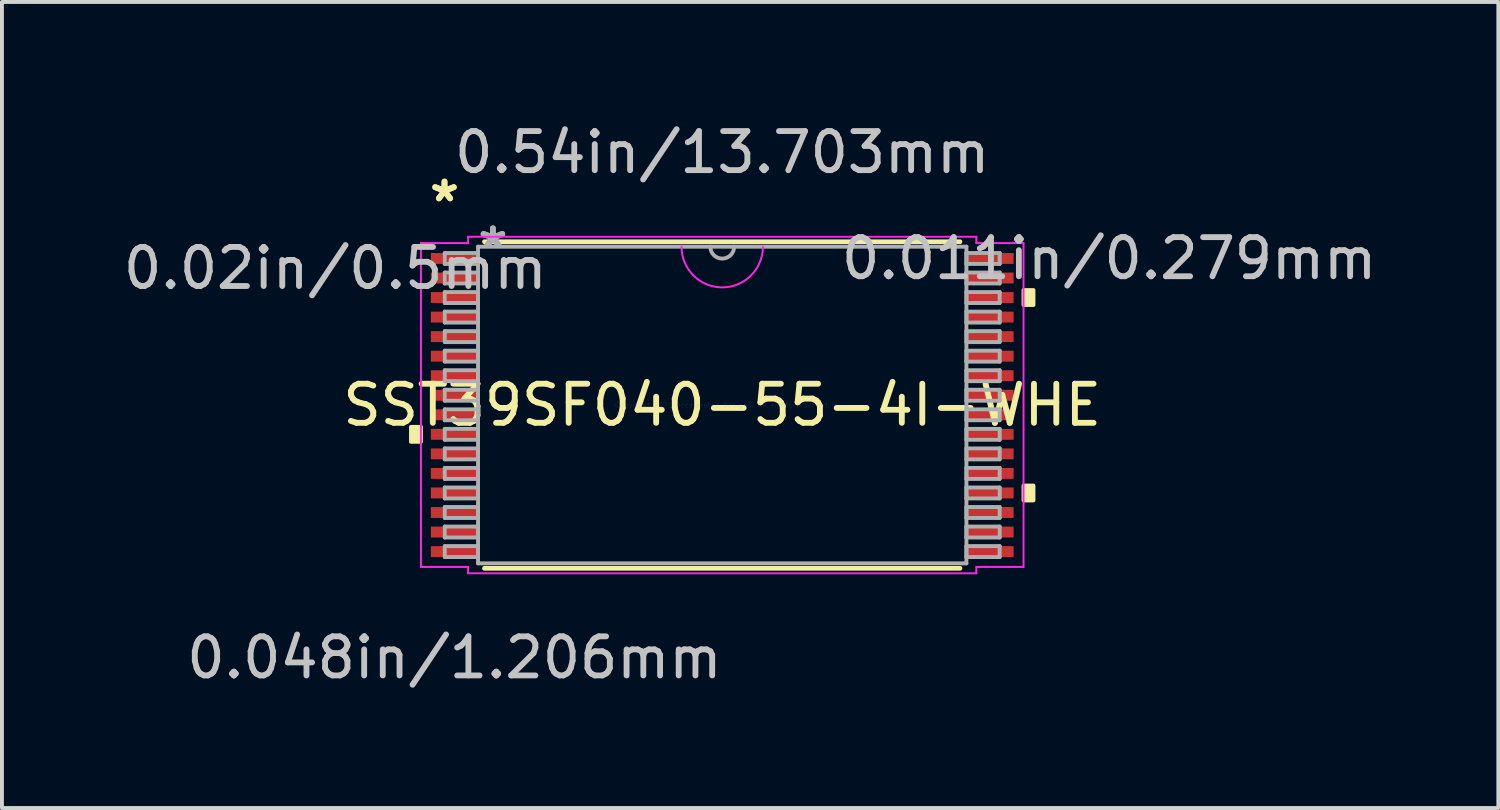
<source format=kicad_pcb>
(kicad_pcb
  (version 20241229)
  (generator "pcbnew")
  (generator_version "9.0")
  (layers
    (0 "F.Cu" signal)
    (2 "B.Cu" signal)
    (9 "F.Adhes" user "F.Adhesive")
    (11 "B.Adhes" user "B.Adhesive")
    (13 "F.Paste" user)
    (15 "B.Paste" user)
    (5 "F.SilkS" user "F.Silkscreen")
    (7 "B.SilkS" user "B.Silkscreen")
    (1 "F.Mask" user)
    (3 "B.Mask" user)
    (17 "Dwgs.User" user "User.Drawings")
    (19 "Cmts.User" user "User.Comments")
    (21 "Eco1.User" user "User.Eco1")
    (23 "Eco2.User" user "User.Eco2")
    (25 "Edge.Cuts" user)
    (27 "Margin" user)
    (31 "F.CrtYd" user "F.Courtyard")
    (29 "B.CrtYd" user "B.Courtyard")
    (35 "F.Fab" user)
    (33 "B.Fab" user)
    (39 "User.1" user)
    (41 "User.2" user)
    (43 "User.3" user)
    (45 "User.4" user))
  (footprint "SST39SF040-55-4I-WHE"
    (layer "F.Cu")
    (at 15.429 7.313)
    (property "Reference" "SST39SF040-55-4I-WHE" (at 0 0 0) (layer "F.SilkS") (effects (font (size 1 1) (thickness 0.15))))
    (attr through_hole)
    (fp_line (start -6.083 4.178) (end 6.083 4.178) (stroke (width 0.12) (type solid)) (layer "F.SilkS"))
    (fp_line (start 6.083 -4.178) (end -6.083 -4.178) (stroke (width 0.12) (type solid)) (layer "F.SilkS"))
    (fp_poly (pts (xy -7.963 0.56) (xy -7.963 0.941) (xy -7.709 0.941) (xy -7.709 0.56)) (stroke (width 0.1) (type solid)) (fill yes) (layer "F.SilkS"))
    (fp_poly (pts (xy 7.963 -2.941) (xy 7.963 -2.559) (xy 7.709 -2.559) (xy 7.709 -2.941)) (stroke (width 0.1) (type solid)) (fill yes) (layer "F.SilkS"))
    (fp_poly (pts (xy 7.963 2.06) (xy 7.963 2.441) (xy 7.709 2.441) (xy 7.709 2.06)) (stroke (width 0.1) (type solid)) (fill yes) (layer "F.SilkS"))
    (fp_line (start -7.709 -4.144) (end -6.502 -4.144) (stroke (width 0.05) (type solid)) (layer "F.CrtYd"))
    (fp_line (start -7.709 4.144) (end -7.709 -4.144) (stroke (width 0.05) (type solid)) (layer "F.CrtYd"))
    (fp_line (start -6.502 -4.305) (end 6.502 -4.305) (stroke (width 0.05) (type solid)) (layer "F.CrtYd"))
    (fp_line (start -6.502 -4.144) (end -6.502 -4.305) (stroke (width 0.05) (type solid)) (layer "F.CrtYd"))
    (fp_line (start -6.502 4.144) (end -7.709 4.144) (stroke (width 0.05) (type solid)) (layer "F.CrtYd"))
    (fp_line (start -6.502 4.305) (end -6.502 4.144) (stroke (width 0.05) (type solid)) (layer "F.CrtYd"))
    (fp_line (start 6.502 -4.305) (end 6.502 -4.144) (stroke (width 0.05) (type solid)) (layer "F.CrtYd"))
    (fp_line (start 6.502 -4.144) (end 7.709 -4.144) (stroke (width 0.05) (type solid)) (layer "F.CrtYd"))
    (fp_line (start 6.502 4.144) (end 6.502 4.305) (stroke (width 0.05) (type solid)) (layer "F.CrtYd"))
    (fp_line (start 6.502 4.305) (end -6.502 4.305) (stroke (width 0.05) (type solid)) (layer "F.CrtYd"))
    (fp_line (start 7.709 -4.144) (end 7.709 4.144) (stroke (width 0.05) (type solid)) (layer "F.CrtYd"))
    (fp_line (start 7.709 4.144) (end 6.502 4.144) (stroke (width 0.05) (type solid)) (layer "F.CrtYd"))
    (fp_arc (start 1.0414 -4.0513) (mid 0 -3.0099) (end -1.0414 -4.0513) (stroke (width 0.05) (type solid)) (layer "F.CrtYd"))
    (fp_line (start -7.099 -3.89) (end -7.099 -3.61) (stroke (width 0.1) (type solid)) (layer "F.Fab"))
    (fp_line (start -7.099 -3.61) (end -6.248 -3.61) (stroke (width 0.1) (type solid)) (layer "F.Fab"))
    (fp_line (start -7.099 -3.39) (end -7.099 -3.11) (stroke (width 0.1) (type solid)) (layer "F.Fab"))
    (fp_line (start -7.099 -3.11) (end -6.248 -3.11) (stroke (width 0.1) (type solid)) (layer "F.Fab"))
    (fp_line (start -7.099 -2.89) (end -7.099 -2.61) (stroke (width 0.1) (type solid)) (layer "F.Fab"))
    (fp_line (start -7.099 -2.61) (end -6.248 -2.61) (stroke (width 0.1) (type solid)) (layer "F.Fab"))
    (fp_line (start -7.099 -2.39) (end -7.099 -2.11) (stroke (width 0.1) (type solid)) (layer "F.Fab"))
    (fp_line (start -7.099 -2.11) (end -6.248 -2.11) (stroke (width 0.1) (type solid)) (layer "F.Fab"))
    (fp_line (start -7.099 -1.89) (end -7.099 -1.61) (stroke (width 0.1) (type solid)) (layer "F.Fab"))
    (fp_line (start -7.099 -1.61) (end -6.248 -1.61) (stroke (width 0.1) (type solid)) (layer "F.Fab"))
    (fp_line (start -7.099 -1.39) (end -7.099 -1.11) (stroke (width 0.1) (type solid)) (layer "F.Fab"))
    (fp_line (start -7.099 -1.11) (end -6.248 -1.11) (stroke (width 0.1) (type solid)) (layer "F.Fab"))
    (fp_line (start -7.099 -0.89) (end -7.099 -0.61) (stroke (width 0.1) (type solid)) (layer "F.Fab"))
    (fp_line (start -7.099 -0.61) (end -6.248 -0.61) (stroke (width 0.1) (type solid)) (layer "F.Fab"))
    (fp_line (start -7.099 -0.39) (end -7.099 -0.11) (stroke (width 0.1) (type solid)) (layer "F.Fab"))
    (fp_line (start -7.099 -0.11) (end -6.248 -0.11) (stroke (width 0.1) (type solid)) (layer "F.Fab"))
    (fp_line (start -7.099 0.11) (end -7.099 0.39) (stroke (width 0.1) (type solid)) (layer "F.Fab"))
    (fp_line (start -7.099 0.39) (end -6.248 0.39) (stroke (width 0.1) (type solid)) (layer "F.Fab"))
    (fp_line (start -7.099 0.61) (end -7.099 0.89) (stroke (width 0.1) (type solid)) (layer "F.Fab"))
    (fp_line (start -7.099 0.89) (end -6.248 0.89) (stroke (width 0.1) (type solid)) (layer "F.Fab"))
    (fp_line (start -7.099 1.11) (end -7.099 1.39) (stroke (width 0.1) (type solid)) (layer "F.Fab"))
    (fp_line (start -7.099 1.39) (end -6.248 1.39) (stroke (width 0.1) (type solid)) (layer "F.Fab"))
    (fp_line (start -7.099 1.61) (end -7.099 1.89) (stroke (width 0.1) (type solid)) (layer "F.Fab"))
    (fp_line (start -7.099 1.89) (end -6.248 1.89) (stroke (width 0.1) (type solid)) (layer "F.Fab"))
    (fp_line (start -7.099 2.11) (end -7.099 2.39) (stroke (width 0.1) (type solid)) (layer "F.Fab"))
    (fp_line (start -7.099 2.39) (end -6.248 2.39) (stroke (width 0.1) (type solid)) (layer "F.Fab"))
    (fp_line (start -7.099 2.61) (end -7.099 2.89) (stroke (width 0.1) (type solid)) (layer "F.Fab"))
    (fp_line (start -7.099 2.89) (end -6.248 2.89) (stroke (width 0.1) (type solid)) (layer "F.Fab"))
    (fp_line (start -7.099 3.11) (end -7.099 3.39) (stroke (width 0.1) (type solid)) (layer "F.Fab"))
    (fp_line (start -7.099 3.39) (end -6.248 3.39) (stroke (width 0.1) (type solid)) (layer "F.Fab"))
    (fp_line (start -7.099 3.61) (end -7.099 3.89) (stroke (width 0.1) (type solid)) (layer "F.Fab"))
    (fp_line (start -7.099 3.89) (end -6.248 3.89) (stroke (width 0.1) (type solid)) (layer "F.Fab"))
    (fp_line (start -6.248 -4.051) (end -6.248 4.051) (stroke (width 0.1) (type solid)) (layer "F.Fab"))
    (fp_line (start -6.248 -3.89) (end -7.099 -3.89) (stroke (width 0.1) (type solid)) (layer "F.Fab"))
    (fp_line (start -6.248 -3.61) (end -6.248 -3.89) (stroke (width 0.1) (type solid)) (layer "F.Fab"))
    (fp_line (start -6.248 -3.39) (end -7.099 -3.39) (stroke (width 0.1) (type solid)) (layer "F.Fab"))
    (fp_line (start -6.248 -3.11) (end -6.248 -3.39) (stroke (width 0.1) (type solid)) (layer "F.Fab"))
    (fp_line (start -6.248 -2.89) (end -7.099 -2.89) (stroke (width 0.1) (type solid)) (layer "F.Fab"))
    (fp_line (start -6.248 -2.61) (end -6.248 -2.89) (stroke (width 0.1) (type solid)) (layer "F.Fab"))
    (fp_line (start -6.248 -2.39) (end -7.099 -2.39) (stroke (width 0.1) (type solid)) (layer "F.Fab"))
    (fp_line (start -6.248 -2.11) (end -6.248 -2.39) (stroke (width 0.1) (type solid)) (layer "F.Fab"))
    (fp_line (start -6.248 -1.89) (end -7.099 -1.89) (stroke (width 0.1) (type solid)) (layer "F.Fab"))
    (fp_line (start -6.248 -1.61) (end -6.248 -1.89) (stroke (width 0.1) (type solid)) (layer "F.Fab"))
    (fp_line (start -6.248 -1.39) (end -7.099 -1.39) (stroke (width 0.1) (type solid)) (layer "F.Fab"))
    (fp_line (start -6.248 -1.11) (end -6.248 -1.39) (stroke (width 0.1) (type solid)) (layer "F.Fab"))
    (fp_line (start -6.248 -0.89) (end -7.099 -0.89) (stroke (width 0.1) (type solid)) (layer "F.Fab"))
    (fp_line (start -6.248 -0.61) (end -6.248 -0.89) (stroke (width 0.1) (type solid)) (layer "F.Fab"))
    (fp_line (start -6.248 -0.39) (end -7.099 -0.39) (stroke (width 0.1) (type solid)) (layer "F.Fab"))
    (fp_line (start -6.248 -0.11) (end -6.248 -0.39) (stroke (width 0.1) (type solid)) (layer "F.Fab"))
    (fp_line (start -6.248 0.11) (end -7.099 0.11) (stroke (width 0.1) (type solid)) (layer "F.Fab"))
    (fp_line (start -6.248 0.39) (end -6.248 0.11) (stroke (width 0.1) (type solid)) (layer "F.Fab"))
    (fp_line (start -6.248 0.61) (end -7.099 0.61) (stroke (width 0.1) (type solid)) (layer "F.Fab"))
    (fp_line (start -6.248 0.89) (end -6.248 0.61) (stroke (width 0.1) (type solid)) (layer "F.Fab"))
    (fp_line (start -6.248 1.11) (end -7.099 1.11) (stroke (width 0.1) (type solid)) (layer "F.Fab"))
    (fp_line (start -6.248 1.39) (end -6.248 1.11) (stroke (width 0.1) (type solid)) (layer "F.Fab"))
    (fp_line (start -6.248 1.61) (end -7.099 1.61) (stroke (width 0.1) (type solid)) (layer "F.Fab"))
    (fp_line (start -6.248 1.89) (end -6.248 1.61) (stroke (width 0.1) (type solid)) (layer "F.Fab"))
    (fp_line (start -6.248 2.11) (end -7.099 2.11) (stroke (width 0.1) (type solid)) (layer "F.Fab"))
    (fp_line (start -6.248 2.39) (end -6.248 2.11) (stroke (width 0.1) (type solid)) (layer "F.Fab"))
    (fp_line (start -6.248 2.61) (end -7.099 2.61) (stroke (width 0.1) (type solid)) (layer "F.Fab"))
    (fp_line (start -6.248 2.89) (end -6.248 2.61) (stroke (width 0.1) (type solid)) (layer "F.Fab"))
    (fp_line (start -6.248 3.11) (end -7.099 3.11) (stroke (width 0.1) (type solid)) (layer "F.Fab"))
    (fp_line (start -6.248 3.39) (end -6.248 3.11) (stroke (width 0.1) (type solid)) (layer "F.Fab"))
    (fp_line (start -6.248 3.61) (end -7.099 3.61) (stroke (width 0.1) (type solid)) (layer "F.Fab"))
    (fp_line (start -6.248 3.89) (end -6.248 3.61) (stroke (width 0.1) (type solid)) (layer "F.Fab"))
    (fp_line (start -6.248 4.051) (end 6.248 4.051) (stroke (width 0.1) (type solid)) (layer "F.Fab"))
    (fp_line (start 6.248 -4.051) (end -6.248 -4.051) (stroke (width 0.1) (type solid)) (layer "F.Fab"))
    (fp_line (start 6.248 -3.89) (end 6.248 -3.61) (stroke (width 0.1) (type solid)) (layer "F.Fab"))
    (fp_line (start 6.248 -3.61) (end 7.099 -3.61) (stroke (width 0.1) (type solid)) (layer "F.Fab"))
    (fp_line (start 6.248 -3.39) (end 6.248 -3.11) (stroke (width 0.1) (type solid)) (layer "F.Fab"))
    (fp_line (start 6.248 -3.11) (end 7.099 -3.11) (stroke (width 0.1) (type solid)) (layer "F.Fab"))
    (fp_line (start 6.248 -2.89) (end 6.248 -2.61) (stroke (width 0.1) (type solid)) (layer "F.Fab"))
    (fp_line (start 6.248 -2.61) (end 7.099 -2.61) (stroke (width 0.1) (type solid)) (layer "F.Fab"))
    (fp_line (start 6.248 -2.39) (end 6.248 -2.11) (stroke (width 0.1) (type solid)) (layer "F.Fab"))
    (fp_line (start 6.248 -2.11) (end 7.099 -2.11) (stroke (width 0.1) (type solid)) (layer "F.Fab"))
    (fp_line (start 6.248 -1.89) (end 6.248 -1.61) (stroke (width 0.1) (type solid)) (layer "F.Fab"))
    (fp_line (start 6.248 -1.61) (end 7.099 -1.61) (stroke (width 0.1) (type solid)) (layer "F.Fab"))
    (fp_line (start 6.248 -1.39) (end 6.248 -1.11) (stroke (width 0.1) (type solid)) (layer "F.Fab"))
    (fp_line (start 6.248 -1.11) (end 7.099 -1.11) (stroke (width 0.1) (type solid)) (layer "F.Fab"))
    (fp_line (start 6.248 -0.89) (end 6.248 -0.61) (stroke (width 0.1) (type solid)) (layer "F.Fab"))
    (fp_line (start 6.248 -0.61) (end 7.099 -0.61) (stroke (width 0.1) (type solid)) (layer "F.Fab"))
    (fp_line (start 6.248 -0.39) (end 6.248 -0.11) (stroke (width 0.1) (type solid)) (layer "F.Fab"))
    (fp_line (start 6.248 -0.11) (end 7.099 -0.11) (stroke (width 0.1) (type solid)) (layer "F.Fab"))
    (fp_line (start 6.248 0.11) (end 6.248 0.39) (stroke (width 0.1) (type solid)) (layer "F.Fab"))
    (fp_line (start 6.248 0.39) (end 7.099 0.39) (stroke (width 0.1) (type solid)) (layer "F.Fab"))
    (fp_line (start 6.248 0.61) (end 6.248 0.89) (stroke (width 0.1) (type solid)) (layer "F.Fab"))
    (fp_line (start 6.248 0.89) (end 7.099 0.89) (stroke (width 0.1) (type solid)) (layer "F.Fab"))
    (fp_line (start 6.248 1.11) (end 6.248 1.39) (stroke (width 0.1) (type solid)) (layer "F.Fab"))
    (fp_line (start 6.248 1.39) (end 7.099 1.39) (stroke (width 0.1) (type solid)) (layer "F.Fab"))
    (fp_line (start 6.248 1.61) (end 6.248 1.89) (stroke (width 0.1) (type solid)) (layer "F.Fab"))
    (fp_line (start 6.248 1.89) (end 7.099 1.89) (stroke (width 0.1) (type solid)) (layer "F.Fab"))
    (fp_line (start 6.248 2.11) (end 6.248 2.39) (stroke (width 0.1) (type solid)) (layer "F.Fab"))
    (fp_line (start 6.248 2.39) (end 7.099 2.39) (stroke (width 0.1) (type solid)) (layer "F.Fab"))
    (fp_line (start 6.248 2.61) (end 6.248 2.89) (stroke (width 0.1) (type solid)) (layer "F.Fab"))
    (fp_line (start 6.248 2.89) (end 7.099 2.89) (stroke (width 0.1) (type solid)) (layer "F.Fab"))
    (fp_line (start 6.248 3.11) (end 6.248 3.39) (stroke (width 0.1) (type solid)) (layer "F.Fab"))
    (fp_line (start 6.248 3.39) (end 7.099 3.39) (stroke (width 0.1) (type solid)) (layer "F.Fab"))
    (fp_line (start 6.248 3.61) (end 6.248 3.89) (stroke (width 0.1) (type solid)) (layer "F.Fab"))
    (fp_line (start 6.248 3.89) (end 7.099 3.89) (stroke (width 0.1) (type solid)) (layer "F.Fab"))
    (fp_line (start 6.248 4.051) (end 6.248 -4.051) (stroke (width 0.1) (type solid)) (layer "F.Fab"))
    (fp_line (start 7.099 -3.89) (end 6.248 -3.89) (stroke (width 0.1) (type solid)) (layer "F.Fab"))
    (fp_line (start 7.099 -3.61) (end 7.099 -3.89) (stroke (width 0.1) (type solid)) (layer "F.Fab"))
    (fp_line (start 7.099 -3.39) (end 6.248 -3.39) (stroke (width 0.1) (type solid)) (layer "F.Fab"))
    (fp_line (start 7.099 -3.11) (end 7.099 -3.39) (stroke (width 0.1) (type solid)) (layer "F.Fab"))
    (fp_line (start 7.099 -2.89) (end 6.248 -2.89) (stroke (width 0.1) (type solid)) (layer "F.Fab"))
    (fp_line (start 7.099 -2.61) (end 7.099 -2.89) (stroke (width 0.1) (type solid)) (layer "F.Fab"))
    (fp_line (start 7.099 -2.39) (end 6.248 -2.39) (stroke (width 0.1) (type solid)) (layer "F.Fab"))
    (fp_line (start 7.099 -2.11) (end 7.099 -2.39) (stroke (width 0.1) (type solid)) (layer "F.Fab"))
    (fp_line (start 7.099 -1.89) (end 6.248 -1.89) (stroke (width 0.1) (type solid)) (layer "F.Fab"))
    (fp_line (start 7.099 -1.61) (end 7.099 -1.89) (stroke (width 0.1) (type solid)) (layer "F.Fab"))
    (fp_line (start 7.099 -1.39) (end 6.248 -1.39) (stroke (width 0.1) (type solid)) (layer "F.Fab"))
    (fp_line (start 7.099 -1.11) (end 7.099 -1.39) (stroke (width 0.1) (type solid)) (layer "F.Fab"))
    (fp_line (start 7.099 -0.89) (end 6.248 -0.89) (stroke (width 0.1) (type solid)) (layer "F.Fab"))
    (fp_line (start 7.099 -0.61) (end 7.099 -0.89) (stroke (width 0.1) (type solid)) (layer "F.Fab"))
    (fp_line (start 7.099 -0.39) (end 6.248 -0.39) (stroke (width 0.1) (type solid)) (layer "F.Fab"))
    (fp_line (start 7.099 -0.11) (end 7.099 -0.39) (stroke (width 0.1) (type solid)) (layer "F.Fab"))
    (fp_line (start 7.099 0.11) (end 6.248 0.11) (stroke (width 0.1) (type solid)) (layer "F.Fab"))
    (fp_line (start 7.099 0.39) (end 7.099 0.11) (stroke (width 0.1) (type solid)) (layer "F.Fab"))
    (fp_line (start 7.099 0.61) (end 6.248 0.61) (stroke (width 0.1) (type solid)) (layer "F.Fab"))
    (fp_line (start 7.099 0.89) (end 7.099 0.61) (stroke (width 0.1) (type solid)) (layer "F.Fab"))
    (fp_line (start 7.099 1.11) (end 6.248 1.11) (stroke (width 0.1) (type solid)) (layer "F.Fab"))
    (fp_line (start 7.099 1.39) (end 7.099 1.11) (stroke (width 0.1) (type solid)) (layer "F.Fab"))
    (fp_line (start 7.099 1.61) (end 6.248 1.61) (stroke (width 0.1) (type solid)) (layer "F.Fab"))
    (fp_line (start 7.099 1.89) (end 7.099 1.61) (stroke (width 0.1) (type solid)) (layer "F.Fab"))
    (fp_line (start 7.099 2.11) (end 6.248 2.11) (stroke (width 0.1) (type solid)) (layer "F.Fab"))
    (fp_line (start 7.099 2.39) (end 7.099 2.11) (stroke (width 0.1) (type solid)) (layer "F.Fab"))
    (fp_line (start 7.099 2.61) (end 6.248 2.61) (stroke (width 0.1) (type solid)) (layer "F.Fab"))
    (fp_line (start 7.099 2.89) (end 7.099 2.61) (stroke (width 0.1) (type solid)) (layer "F.Fab"))
    (fp_line (start 7.099 3.11) (end 6.248 3.11) (stroke (width 0.1) (type solid)) (layer "F.Fab"))
    (fp_line (start 7.099 3.39) (end 7.099 3.11) (stroke (width 0.1) (type solid)) (layer "F.Fab"))
    (fp_line (start 7.099 3.61) (end 6.248 3.61) (stroke (width 0.1) (type solid)) (layer "F.Fab"))
    (fp_line (start 7.099 3.89) (end 7.099 3.61) (stroke (width 0.1) (type solid)) (layer "F.Fab"))
    (fp_arc (start 0.3048 -4.0513) (mid 0 -3.7465) (end -0.3048 -4.0513) (stroke (width 0.1) (type solid)) (layer "F.Fab"))
    (fp_text user "*" (at -7.106 -5.172 0) (layer "F.SilkS") (effects (font (size 1 1) (thickness 0.15))))
    (fp_text user "*" (at -7.106 -5.172 0) (layer "F.SilkS") (effects (font (size 1 1) (thickness 0.15))))
    (fp_text user "0.54in/13.703mm" (at 0 -6.464 0) (layer "Dwgs.User") (effects (font (size 1 1) (thickness 0.15))))
    (fp_text user "0.048in/1.206mm" (at -6.852 6.464 0) (layer "Dwgs.User") (effects (font (size 1 1) (thickness 0.15))))
    (fp_text user "0.02in/0.5mm" (at -9.9 -3.5 0) (layer "Dwgs.User") (effects (font (size 1 1) (thickness 0.15))))
    (fp_text user "0.011in/0.279mm" (at 9.9 -3.75 0) (layer "Dwgs.User") (effects (font (size 1 1) (thickness 0.15))))
    (fp_text user "Copyright 2021 Accelerated Designs. All rights reserved." (at 0 0 0) (layer "Cmts.User") (effects (font (size 0.127 0.127) (thickness 0.002))))
    (fp_text user "*" (at -5.867 -3.975 0) (layer "F.Fab") (effects (font (size 1 1) (thickness 0.15))))
    (fp_text user "*" (at -5.867 -3.975 0) (layer "F.Fab") (effects (font (size 1 1) (thickness 0.15))))
    (pad "1" smd rect (at -6.852 -3.75) (size 1.206 0.279) (layers "F.Cu" "F.Mask" "F.Paste"))
    (pad "2" smd rect (at -6.852 -3.25) (size 1.206 0.279) (layers "F.Cu" "F.Mask" "F.Paste"))
    (pad "3" smd rect (at -6.852 -2.75) (size 1.206 0.279) (layers "F.Cu" "F.Mask" "F.Paste"))
    (pad "4" smd rect (at -6.852 -2.25) (size 1.206 0.279) (layers "F.Cu" "F.Mask" "F.Paste"))
    (pad "5" smd rect (at -6.852 -1.75) (size 1.206 0.279) (layers "F.Cu" "F.Mask" "F.Paste"))
    (pad "6" smd rect (at -6.852 -1.25) (size 1.206 0.279) (layers "F.Cu" "F.Mask" "F.Paste"))
    (pad "7" smd rect (at -6.852 -0.75) (size 1.206 0.279) (layers "F.Cu" "F.Mask" "F.Paste"))
    (pad "8" smd rect (at -6.852 -0.25) (size 1.206 0.279) (layers "F.Cu" "F.Mask" "F.Paste"))
    (pad "9" smd rect (at -6.852 0.25) (size 1.206 0.279) (layers "F.Cu" "F.Mask" "F.Paste"))
    (pad "10" smd rect (at -6.852 0.75) (size 1.206 0.279) (layers "F.Cu" "F.Mask" "F.Paste"))
    (pad "11" smd rect (at -6.852 1.25) (size 1.206 0.279) (layers "F.Cu" "F.Mask" "F.Paste"))
    (pad "12" smd rect (at -6.852 1.75) (size 1.206 0.279) (layers "F.Cu" "F.Mask" "F.Paste"))
    (pad "13" smd rect (at -6.852 2.25) (size 1.206 0.279) (layers "F.Cu" "F.Mask" "F.Paste"))
    (pad "14" smd rect (at -6.852 2.75) (size 1.206 0.279) (layers "F.Cu" "F.Mask" "F.Paste"))
    (pad "15" smd rect (at -6.852 3.25) (size 1.206 0.279) (layers "F.Cu" "F.Mask" "F.Paste"))
    (pad "16" smd rect (at -6.852 3.75) (size 1.206 0.279) (layers "F.Cu" "F.Mask" "F.Paste"))
    (pad "17" smd rect (at 6.852 3.75) (size 1.206 0.279) (layers "F.Cu" "F.Mask" "F.Paste"))
    (pad "18" smd rect (at 6.852 3.25) (size 1.206 0.279) (layers "F.Cu" "F.Mask" "F.Paste"))
    (pad "19" smd rect (at 6.852 2.75) (size 1.206 0.279) (layers "F.Cu" "F.Mask" "F.Paste"))
    (pad "20" smd rect (at 6.852 2.25) (size 1.206 0.279) (layers "F.Cu" "F.Mask" "F.Paste"))
    (pad "21" smd rect (at 6.852 1.75) (size 1.206 0.279) (layers "F.Cu" "F.Mask" "F.Paste"))
    (pad "22" smd rect (at 6.852 1.25) (size 1.206 0.279) (layers "F.Cu" "F.Mask" "F.Paste"))
    (pad "23" smd rect (at 6.852 0.75) (size 1.206 0.279) (layers "F.Cu" "F.Mask" "F.Paste"))
    (pad "24" smd rect (at 6.852 0.25) (size 1.206 0.279) (layers "F.Cu" "F.Mask" "F.Paste"))
    (pad "25" smd rect (at 6.852 -0.25) (size 1.206 0.279) (layers "F.Cu" "F.Mask" "F.Paste"))
    (pad "26" smd rect (at 6.852 -0.75) (size 1.206 0.279) (layers "F.Cu" "F.Mask" "F.Paste"))
    (pad "27" smd rect (at 6.852 -1.25) (size 1.206 0.279) (layers "F.Cu" "F.Mask" "F.Paste"))
    (pad "28" smd rect (at 6.852 -1.75) (size 1.206 0.279) (layers "F.Cu" "F.Mask" "F.Paste"))
    (pad "29" smd rect (at 6.852 -2.25) (size 1.206 0.279) (layers "F.Cu" "F.Mask" "F.Paste"))
    (pad "30" smd rect (at 6.852 -2.75) (size 1.206 0.279) (layers "F.Cu" "F.Mask" "F.Paste"))
    (pad "31" smd rect (at 6.852 -3.25) (size 1.206 0.279) (layers "F.Cu" "F.Mask" "F.Paste"))
    (pad "32" smd rect (at 6.852 -3.75) (size 1.206 0.279) (layers "F.Cu" "F.Mask" "F.Paste")))
  (gr_rect
    (start -3 -3)
    (end 35.287 17.625)
    (stroke (width 0.1) (type default))
    (fill no)
    (layer "Edge.Cuts")))
</source>
